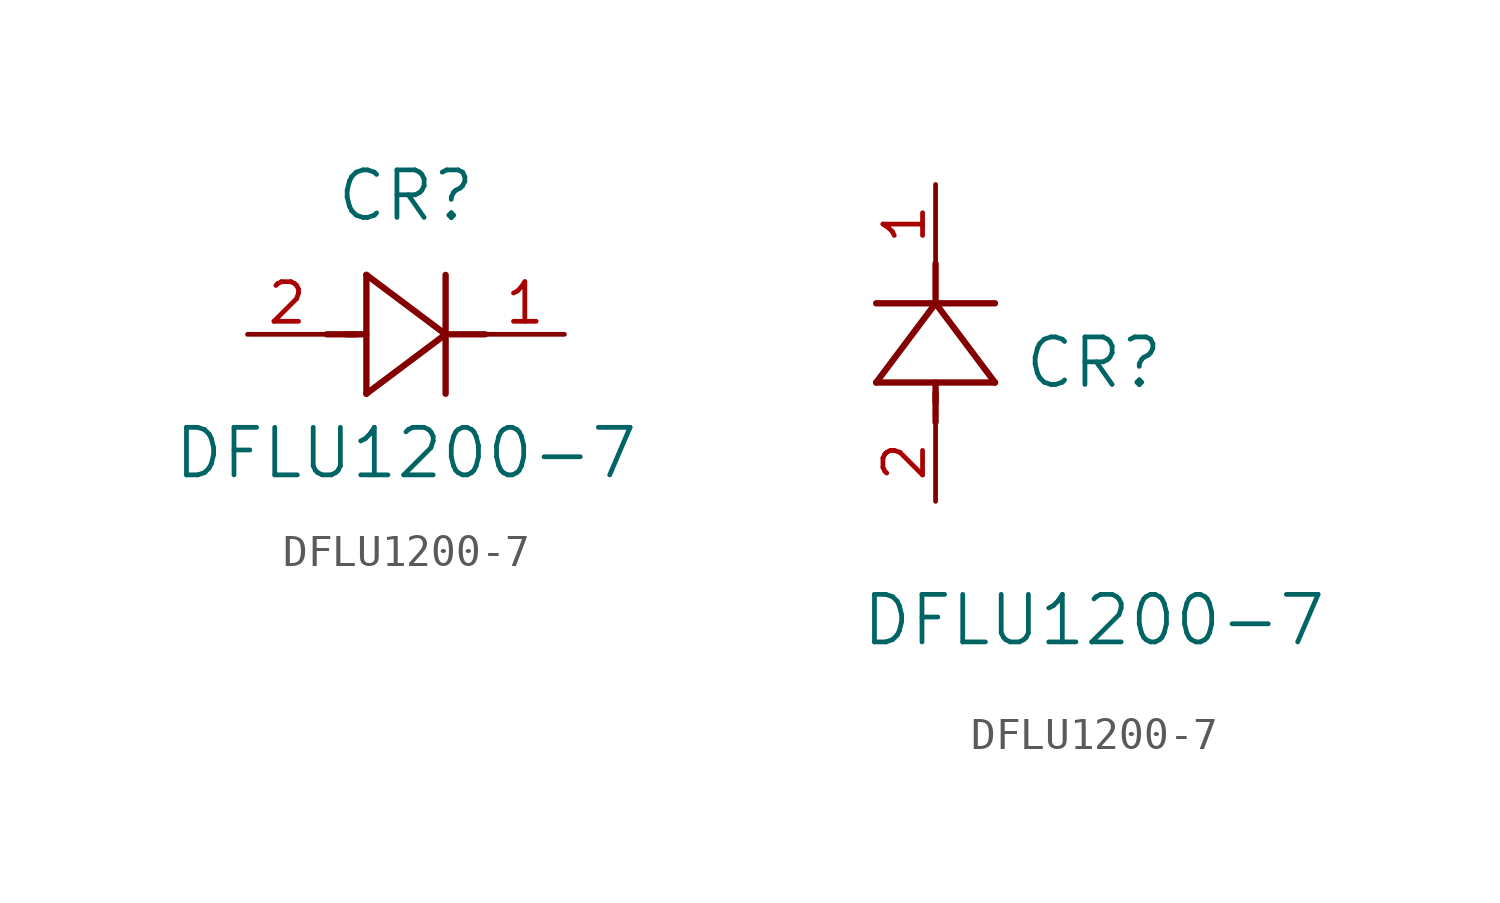
<source format=kicad_sym>
(kicad_symbol_lib
  (version 20211014)
  (generator kicad_symbol_editor)
  (symbol "DFLU1200-7"
    (pin_names
      (offset 0.254))
    (property "Reference" "CR"
      (at 5.08 4.445 0)
      (effects (font (size 1.524 1.524))))
    (property "Value" "DFLU1200-7"
      (at 5.08 -3.81 0)
      (effects (font (size 1.524 1.524))))
    (symbol "DFLU1200-7_1_1"
      (polyline (pts (xy 2.54 0) (xy 3.48 0)) (stroke (width 0.203) (type default) (color 0 0 0 0)) (fill (type none)))
      (polyline (pts (xy 3.81 1.905) (xy 3.81 -1.905)) (stroke (width 0.203) (type default) (color 0 0 0 0)) (fill (type none)))
      (polyline (pts (xy 3.175 0) (xy 3.81 0)) (stroke (width 0.203) (type default) (color 0 0 0 0)) (fill (type none)))
      (polyline (pts (xy 6.35 -1.905) (xy 6.35 1.905)) (stroke (width 0.203) (type default) (color 0 0 0 0)) (fill (type none)))
      (polyline (pts (xy 6.35 0) (xy 7.62 0)) (stroke (width 0.203) (type default) (color 0 0 0 0)) (fill (type none)))
      (polyline (pts (xy 6.35 0) (xy 3.81 1.905)) (stroke (width 0.203) (type default) (color 0 0 0 0)) (fill (type none)))
      (polyline (pts (xy 3.81 -1.905) (xy 6.35 0)) (stroke (width 0.203) (type default) (color 0 0 0 0)) (fill (type none)))
      (pin unspecified line (at 0 0 0) (length 2.54) (name "" (effects (font (size 1.27 1.27)))) (number "2" (effects (font (size 1.27 1.27)))))
      (pin unspecified line (at 10.16 0 180) (length 2.54) (name "" (effects (font (size 1.27 1.27)))) (number "1" (effects (font (size 1.27 1.27))))))
    (symbol "DFLU1200-7_1_2"
      (polyline (pts (xy 0 2.54) (xy 0 3.48)) (stroke (width 0.203) (type default) (color 0 0 0 0)) (fill (type none)))
      (polyline (pts (xy -1.905 3.81) (xy 1.905 3.81)) (stroke (width 0.203) (type default) (color 0 0 0 0)) (fill (type none)))
      (polyline (pts (xy 0 3.175) (xy 0 3.81)) (stroke (width 0.203) (type default) (color 0 0 0 0)) (fill (type none)))
      (polyline (pts (xy 1.905 6.35) (xy -1.905 6.35)) (stroke (width 0.203) (type default) (color 0 0 0 0)) (fill (type none)))
      (polyline (pts (xy 0 6.35) (xy 0 7.62)) (stroke (width 0.203) (type default) (color 0 0 0 0)) (fill (type none)))
      (polyline (pts (xy 0 6.35) (xy -1.905 3.81)) (stroke (width 0.203) (type default) (color 0 0 0 0)) (fill (type none)))
      (polyline (pts (xy 1.905 3.81) (xy 0 6.35)) (stroke (width 0.203) (type default) (color 0 0 0 0)) (fill (type none)))
      (pin unspecified line (at 0 0 90) (length 2.54) (name "" (effects (font (size 1.27 1.27)))) (number "2" (effects (font (size 1.27 1.27)))))
      (pin unspecified line (at 0 10.16 270) (length 2.54) (name "" (effects (font (size 1.27 1.27)))) (number "1" (effects (font (size 1.27 1.27))))))))
</source>
